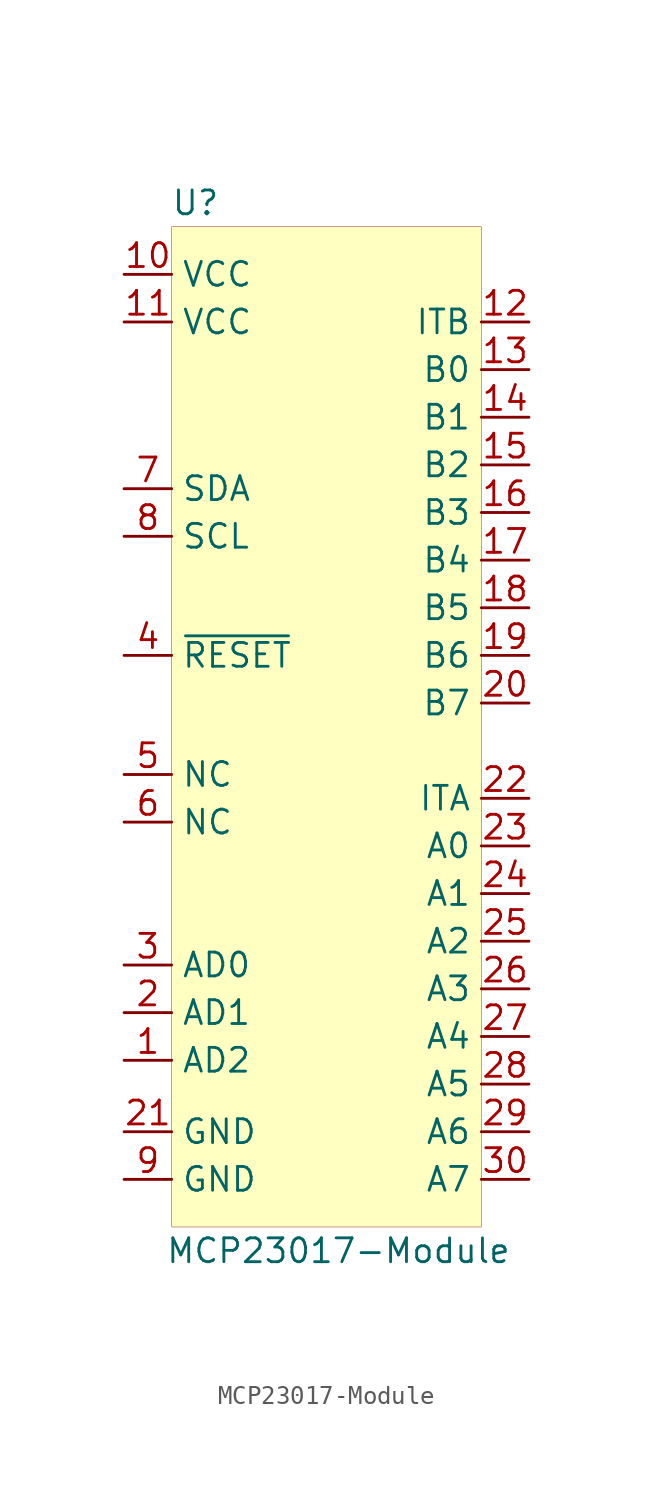
<source format=kicad_sym>
(kicad_symbol_lib
  (version 20201005)
  (generator kicad_symbol_editor)
  (symbol "MCP23017:MCP23017-Module"
    (property "Reference" "U"
      (at 1.27 26.67 0)
      (effects (font (size 1.27 1.27))))
    (property "Value" "MCP23017-Module"
      (at 8.89 -29.21 0)
      (effects (font (size 1.27 1.27))))
    (symbol "MCP23017-Module_0_1"
      (rectangle (start 16.51 25.4) (end 0 -27.94) (stroke (width 0.001)) (fill (type background))))
    (symbol "MCP23017-Module_1_1"
      (pin passive line (at -2.54 -19.05 0) (length 2.54) (name "AD2" (effects (font (size 1.27 1.27)))) (number "1" (effects (font (size 1.27 1.27)))))
      (pin passive line (at -2.54 -16.51 0) (length 2.54) (name "AD1" (effects (font (size 1.27 1.27)))) (number "2" (effects (font (size 1.27 1.27)))))
      (pin passive line (at -2.54 -13.97 0) (length 2.54) (name "AD0" (effects (font (size 1.27 1.27)))) (number "3" (effects (font (size 1.27 1.27)))))
      (pin passive line (at -2.54 2.54 0) (length 2.54) (name "~RESET" (effects (font (size 1.27 1.27)))) (number "4" (effects (font (size 1.27 1.27)))))
      (pin passive line (at -2.54 -3.81 0) (length 2.54) (name "NC" (effects (font (size 1.27 1.27)))) (number "5" (effects (font (size 1.27 1.27)))))
      (pin passive line (at -2.54 -6.35 0) (length 2.54) (name "NC" (effects (font (size 1.27 1.27)))) (number "6" (effects (font (size 1.27 1.27)))))
      (pin passive line (at -2.54 11.43 0) (length 2.54) (name "SDA" (effects (font (size 1.27 1.27)))) (number "7" (effects (font (size 1.27 1.27)))))
      (pin passive line (at -2.54 8.89 0) (length 2.54) (name "SCL" (effects (font (size 1.27 1.27)))) (number "8" (effects (font (size 1.27 1.27)))))
      (pin passive line (at -2.54 -25.4 0) (length 2.54) (name "GND" (effects (font (size 1.27 1.27)))) (number "9" (effects (font (size 1.27 1.27)))))
      (pin passive line (at -2.54 22.86 0) (length 2.54) (name "VCC" (effects (font (size 1.27 1.27)))) (number "10" (effects (font (size 1.27 1.27)))))
      (pin passive line (at -2.54 20.32 0) (length 2.54) (name "VCC" (effects (font (size 1.27 1.27)))) (number "11" (effects (font (size 1.27 1.27)))))
      (pin passive line (at 19.05 20.32 180) (length 2.54) (name "ITB" (effects (font (size 1.27 1.27)))) (number "12" (effects (font (size 1.27 1.27)))))
      (pin passive line (at 19.05 17.78 180) (length 2.54) (name "B0" (effects (font (size 1.27 1.27)))) (number "13" (effects (font (size 1.27 1.27)))))
      (pin passive line (at 19.05 15.24 180) (length 2.54) (name "B1" (effects (font (size 1.27 1.27)))) (number "14" (effects (font (size 1.27 1.27)))))
      (pin passive line (at 19.05 12.7 180) (length 2.54) (name "B2" (effects (font (size 1.27 1.27)))) (number "15" (effects (font (size 1.27 1.27)))))
      (pin passive line (at 19.05 10.16 180) (length 2.54) (name "B3" (effects (font (size 1.27 1.27)))) (number "16" (effects (font (size 1.27 1.27)))))
      (pin passive line (at 19.05 7.62 180) (length 2.54) (name "B4" (effects (font (size 1.27 1.27)))) (number "17" (effects (font (size 1.27 1.27)))))
      (pin passive line (at 19.05 5.08 180) (length 2.54) (name "B5" (effects (font (size 1.27 1.27)))) (number "18" (effects (font (size 1.27 1.27)))))
      (pin passive line (at 19.05 2.54 180) (length 2.54) (name "B6" (effects (font (size 1.27 1.27)))) (number "19" (effects (font (size 1.27 1.27)))))
      (pin passive line (at 19.05 0 180) (length 2.54) (name "B7" (effects (font (size 1.27 1.27)))) (number "20" (effects (font (size 1.27 1.27)))))
      (pin passive line (at -2.54 -22.86 0) (length 2.54) (name "GND" (effects (font (size 1.27 1.27)))) (number "21" (effects (font (size 1.27 1.27)))))
      (pin passive line (at 19.05 -5.08 180) (length 2.54) (name "ITA" (effects (font (size 1.27 1.27)))) (number "22" (effects (font (size 1.27 1.27)))))
      (pin passive line (at 19.05 -7.62 180) (length 2.54) (name "A0" (effects (font (size 1.27 1.27)))) (number "23" (effects (font (size 1.27 1.27)))))
      (pin passive line (at 19.05 -10.16 180) (length 2.54) (name "A1" (effects (font (size 1.27 1.27)))) (number "24" (effects (font (size 1.27 1.27)))))
      (pin passive line (at 19.05 -12.7 180) (length 2.54) (name "A2" (effects (font (size 1.27 1.27)))) (number "25" (effects (font (size 1.27 1.27)))))
      (pin passive line (at 19.05 -15.24 180) (length 2.54) (name "A3" (effects (font (size 1.27 1.27)))) (number "26" (effects (font (size 1.27 1.27)))))
      (pin passive line (at 19.05 -17.78 180) (length 2.54) (name "A4" (effects (font (size 1.27 1.27)))) (number "27" (effects (font (size 1.27 1.27)))))
      (pin passive line (at 19.05 -20.32 180) (length 2.54) (name "A5" (effects (font (size 1.27 1.27)))) (number "28" (effects (font (size 1.27 1.27)))))
      (pin passive line (at 19.05 -22.86 180) (length 2.54) (name "A6" (effects (font (size 1.27 1.27)))) (number "29" (effects (font (size 1.27 1.27)))))
      (pin passive line (at 19.05 -25.4 180) (length 2.54) (name "A7" (effects (font (size 1.27 1.27)))) (number "30" (effects (font (size 1.27 1.27))))))))
</source>
